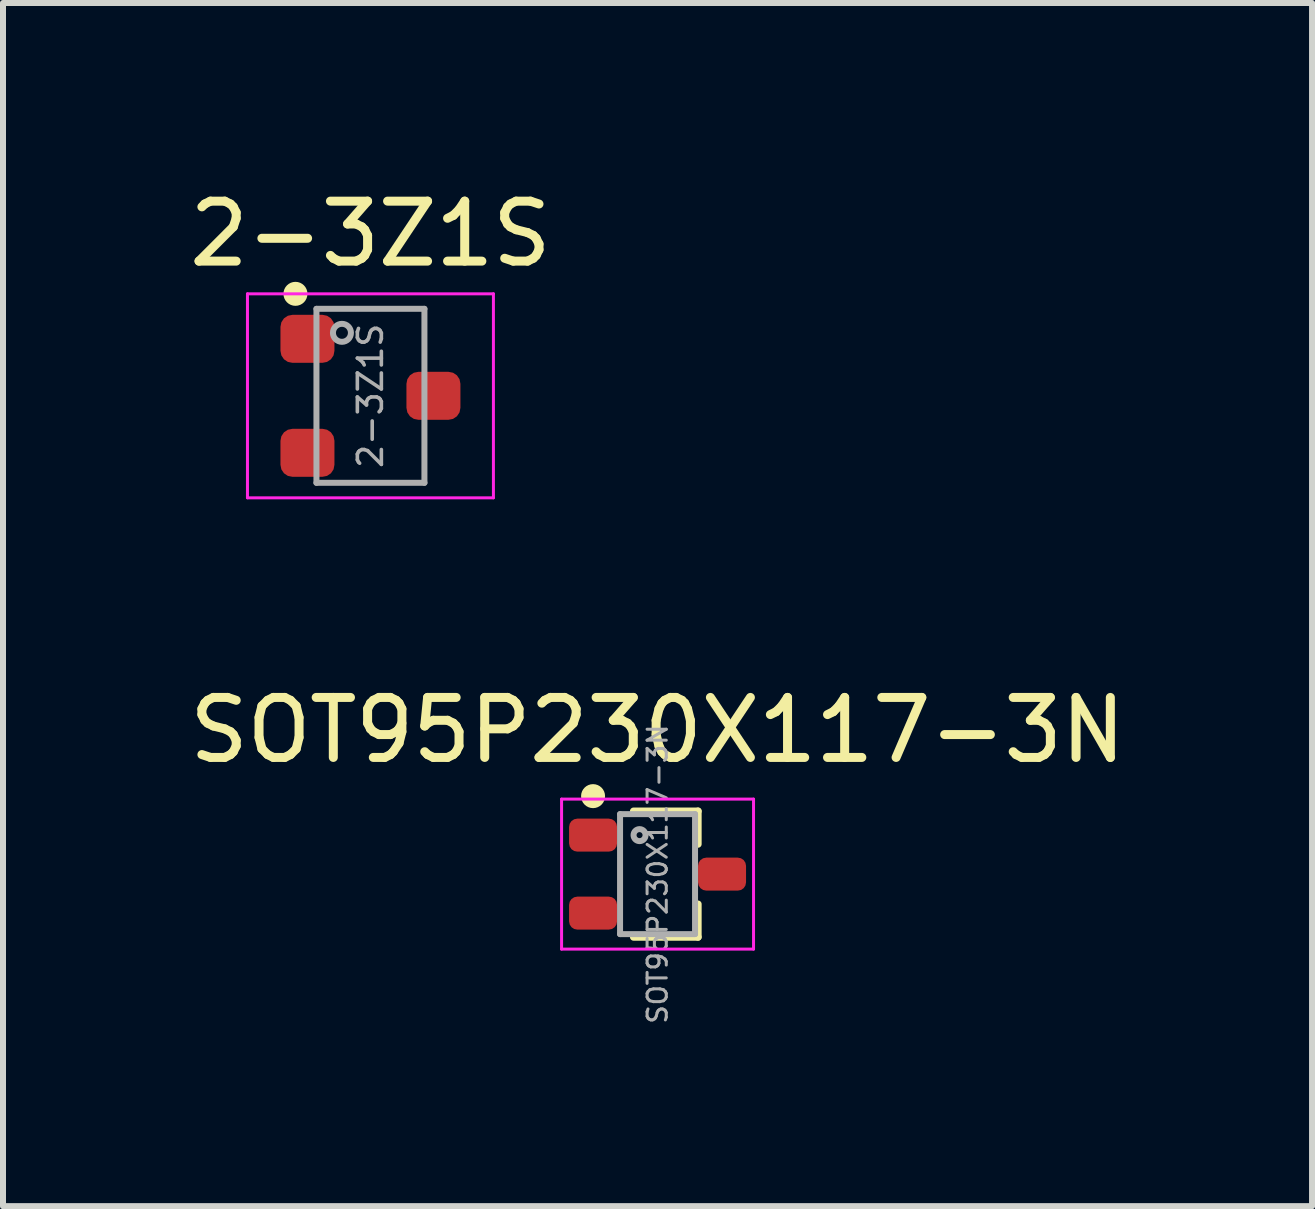
<source format=kicad_pcb>
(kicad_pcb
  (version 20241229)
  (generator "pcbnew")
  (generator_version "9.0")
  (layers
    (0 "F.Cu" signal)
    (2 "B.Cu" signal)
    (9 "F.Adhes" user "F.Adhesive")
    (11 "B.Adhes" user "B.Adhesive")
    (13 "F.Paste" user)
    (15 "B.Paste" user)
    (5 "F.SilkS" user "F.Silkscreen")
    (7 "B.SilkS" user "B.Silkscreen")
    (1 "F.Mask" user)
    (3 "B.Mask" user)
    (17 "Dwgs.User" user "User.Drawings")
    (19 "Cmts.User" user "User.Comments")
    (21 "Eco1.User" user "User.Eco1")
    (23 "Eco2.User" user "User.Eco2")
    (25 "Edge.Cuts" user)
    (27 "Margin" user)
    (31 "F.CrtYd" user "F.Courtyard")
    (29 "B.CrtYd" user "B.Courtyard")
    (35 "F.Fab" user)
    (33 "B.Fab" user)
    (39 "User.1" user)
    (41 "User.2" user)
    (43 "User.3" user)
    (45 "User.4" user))
  (footprint "SOT95P230X117-3N"
    (layer "F.Cu")
    (at 7.911 11.521)
    (property "Reference" "SOT95P230X117-3N" (at 0 -2.4 0) (layer "F.SilkS") (effects (font (size 1 1) (thickness 0.15))))
    (attr smd)
    (fp_line (start -0.4 -1.05) (end 0.675 -1.05) (stroke (width 0.12) (type solid)) (layer "F.SilkS"))
    (fp_line (start -0.4 1.05) (end 0.675 1.05) (stroke (width 0.12) (type solid)) (layer "F.SilkS"))
    (fp_line (start 0.675 -0.5) (end 0.675 -1.05) (stroke (width 0.12) (type solid)) (layer "F.SilkS"))
    (fp_line (start 0.675 1.05) (end 0.675 0.5) (stroke (width 0.12) (type solid)) (layer "F.SilkS"))
    (fp_circle (center -1.075 -1.3) (end -0.925 -1.3) (stroke (width 0.1) (type solid)) (fill yes) (layer "F.SilkS"))
    (fp_line (start -1.6 -1.25) (end -1.6 1.25) (stroke (width 0.05) (type solid)) (layer "F.CrtYd"))
    (fp_line (start -1.6 1.25) (end 1.6 1.25) (stroke (width 0.05) (type solid)) (layer "F.CrtYd"))
    (fp_line (start 1.6 -1.25) (end -1.6 -1.25) (stroke (width 0.05) (type solid)) (layer "F.CrtYd"))
    (fp_line (start 1.6 1.25) (end 1.6 -1.25) (stroke (width 0.05) (type solid)) (layer "F.CrtYd"))
    (fp_line (start -0.625 -1) (end 0.625 -1) (stroke (width 0.1) (type solid)) (layer "F.Fab"))
    (fp_line (start -0.625 1) (end -0.625 -1) (stroke (width 0.1) (type solid)) (layer "F.Fab"))
    (fp_line (start 0.625 -1) (end 0.625 1) (stroke (width 0.1) (type solid)) (layer "F.Fab"))
    (fp_line (start 0.625 1) (end -0.625 1) (stroke (width 0.1) (type solid)) (layer "F.Fab"))
    (fp_circle (center -0.3 -0.65) (end -0.2 -0.65) (stroke (width 0.1) (type solid)) (fill no) (layer "F.Fab"))
    (fp_text user "${REFERENCE}" (at 0 0 90) (layer "F.Fab") (effects (font (size 0.32 0.32) (thickness 0.05))))
    (pad "1" smd roundrect (at -1.075 -0.65) (size 0.8 0.55) (layers "F.Cu" "F.Mask" "F.Paste") (roundrect_rratio 0.25))
    (pad "2" smd roundrect (at -1.075 0.65) (size 0.8 0.55) (layers "F.Cu" "F.Mask" "F.Paste") (roundrect_rratio 0.25))
    (pad "3" smd roundrect (at 1.075 0) (size 0.8 0.55) (layers "F.Cu" "F.Mask" "F.Paste") (roundrect_rratio 0.25)))
  (footprint "2-3Z1S"
    (layer "F.Cu")
    (at 3.125 3.548)
    (property "Reference" "2-3Z1S" (at 0 -2.7 0) (layer "F.SilkS") (effects (font (size 1 1) (thickness 0.15))))
    (attr smd)
    (fp_circle (center -1.25 -1.7) (end -1.1 -1.7) (stroke (width 0.1) (type solid)) (fill yes) (layer "F.SilkS"))
    (fp_line (start -2.05 -1.7) (end -2.05 1.7) (stroke (width 0.05) (type solid)) (layer "F.CrtYd"))
    (fp_line (start -2.05 1.7) (end 2.05 1.7) (stroke (width 0.05) (type solid)) (layer "F.CrtYd"))
    (fp_line (start 2.05 -1.7) (end -2.05 -1.7) (stroke (width 0.05) (type solid)) (layer "F.CrtYd"))
    (fp_line (start 2.05 1.7) (end 2.05 -1.7) (stroke (width 0.05) (type solid)) (layer "F.CrtYd"))
    (fp_line (start -0.9 -1.45) (end 0.9 -1.45) (stroke (width 0.1) (type solid)) (layer "F.Fab"))
    (fp_line (start -0.9 1.45) (end -0.9 -1.45) (stroke (width 0.1) (type solid)) (layer "F.Fab"))
    (fp_line (start 0.9 -1.45) (end 0.9 1.45) (stroke (width 0.1) (type solid)) (layer "F.Fab"))
    (fp_line (start 0.9 1.45) (end -0.9 1.45) (stroke (width 0.1) (type solid)) (layer "F.Fab"))
    (fp_circle (center -0.475 -1.05) (end -0.325 -1.05) (stroke (width 0.1) (type solid)) (fill no) (layer "F.Fab"))
    (fp_text user "${REFERENCE}" (at 0 0 90) (layer "F.Fab") (effects (font (size 0.4 0.4) (thickness 0.06))))
    (pad "1" smd roundrect (at -1.05 -0.95) (size 0.9 0.8) (layers "F.Cu" "F.Mask" "F.Paste") (roundrect_rratio 0.25))
    (pad "2" smd roundrect (at -1.05 0.95) (size 0.9 0.8) (layers "F.Cu" "F.Mask" "F.Paste") (roundrect_rratio 0.25))
    (pad "3" smd roundrect (at 1.05 0) (size 0.9 0.8) (layers "F.Cu" "F.Mask" "F.Paste") (roundrect_rratio 0.25)))
  (gr_rect
    (start -3 -3)
    (end 18.821 17.056)
    (stroke (width 0.1) (type default))
    (fill no)
    (layer "Edge.Cuts")))
</source>
